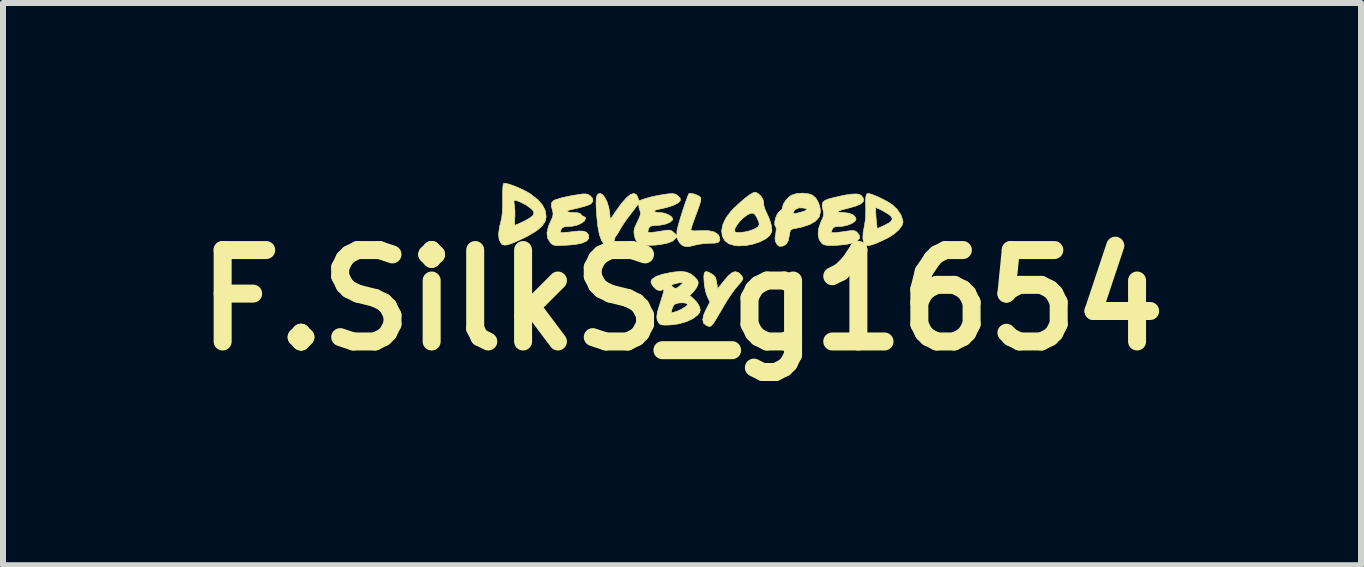
<source format=kicad_pcb>
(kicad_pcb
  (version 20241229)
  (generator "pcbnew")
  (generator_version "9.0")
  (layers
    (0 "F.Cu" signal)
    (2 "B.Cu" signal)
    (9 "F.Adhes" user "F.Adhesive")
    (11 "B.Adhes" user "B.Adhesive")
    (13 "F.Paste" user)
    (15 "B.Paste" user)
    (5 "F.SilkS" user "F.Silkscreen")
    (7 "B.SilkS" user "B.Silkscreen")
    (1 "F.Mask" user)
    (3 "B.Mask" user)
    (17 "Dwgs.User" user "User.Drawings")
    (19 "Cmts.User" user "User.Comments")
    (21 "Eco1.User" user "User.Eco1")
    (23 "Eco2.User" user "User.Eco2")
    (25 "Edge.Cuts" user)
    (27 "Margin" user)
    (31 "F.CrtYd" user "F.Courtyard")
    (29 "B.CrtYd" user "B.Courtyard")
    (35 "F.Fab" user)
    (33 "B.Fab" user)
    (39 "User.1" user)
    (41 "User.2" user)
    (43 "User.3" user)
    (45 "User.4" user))
  (footprint "F.SilkS_g1654"
    (layer "F.Cu")
    (at 8.317 1.952)
    (property "Reference" "F.SilkS_g1654" (at 0 0 0) (layer "F.SilkS") (effects (font (size 1.524 1.524) (thickness 0.3))))
    (attr through_hole)
    (fp_poly (pts (xy 0.436 -0.469) (xy 0.485 -0.443) (xy 0.527 -0.414) (xy 0.552 -0.386) (xy 0.568 -0.343) (xy 0.581 -0.272) (xy 0.581 -0.269) (xy 0.595 -0.19) (xy 0.694 -0.316) (xy 0.77 -0.404) (xy 0.832 -0.456) (xy 0.884 -0.475) (xy 0.933 -0.462) (xy 0.961 -0.442) (xy 0.998 -0.401) (xy 1.016 -0.364) (xy 1.016 -0.361) (xy 1.002 -0.329) (xy 0.966 -0.28) (xy 0.924 -0.233) (xy 0.876 -0.175) (xy 0.816 -0.092) (xy 0.752 0.004) (xy 0.704 0.085) (xy 0.631 0.21) (xy 0.576 0.303) (xy 0.536 0.368) (xy 0.505 0.409) (xy 0.481 0.432) (xy 0.46 0.439) (xy 0.438 0.435) (xy 0.412 0.424) (xy 0.408 0.423) (xy 0.359 0.385) (xy 0.345 0.323) (xy 0.364 0.236) (xy 0.399 0.159) (xy 0.465 0.031) (xy 0.423 -0.054) (xy 0.398 -0.124) (xy 0.378 -0.217) (xy 0.368 -0.299) (xy 0.363 -0.394) (xy 0.371 -0.452) (xy 0.394 -0.476) (xy 0.436 -0.469)) (stroke (width 0.01) (type solid)) (fill yes) (layer "F.SilkS"))
    (fp_poly (pts (xy 3.146 -1.768) (xy 3.217 -1.742) (xy 3.301 -1.704) (xy 3.387 -1.661) (xy 3.463 -1.617) (xy 3.501 -1.592) (xy 3.584 -1.515) (xy 3.646 -1.424) (xy 3.679 -1.333) (xy 3.683 -1.297) (xy 3.665 -1.241) (xy 3.616 -1.176) (xy 3.543 -1.11) (xy 3.453 -1.05) (xy 3.426 -1.035) (xy 3.289 -0.97) (xy 3.185 -0.928) (xy 3.112 -0.908) (xy 3.067 -0.911) (xy 3.064 -0.913) (xy 3.029 -0.955) (xy 3.014 -1.029) (xy 3.019 -1.128) (xy 3.035 -1.212) (xy 3.059 -1.361) (xy 3.062 -1.508) (xy 3.227 -1.508) (xy 3.229 -1.451) (xy 3.233 -1.381) (xy 3.239 -1.308) (xy 3.246 -1.245) (xy 3.252 -1.203) (xy 3.256 -1.192) (xy 3.282 -1.205) (xy 3.333 -1.228) (xy 3.367 -1.244) (xy 3.449 -1.286) (xy 3.493 -1.324) (xy 3.503 -1.361) (xy 3.48 -1.4) (xy 3.48 -1.4) (xy 3.45 -1.425) (xy 3.4 -1.457) (xy 3.342 -1.49) (xy 3.287 -1.519) (xy 3.245 -1.537) (xy 3.229 -1.539) (xy 3.227 -1.508) (xy 3.062 -1.508) (xy 3.062 -1.525) (xy 3.059 -1.636) (xy 3.062 -1.711) (xy 3.071 -1.755) (xy 3.087 -1.775) (xy 3.1 -1.778) (xy 3.146 -1.768)) (stroke (width 0.01) (type solid)) (fill yes) (layer "F.SilkS"))
    (fp_poly (pts (xy 1.263 -1.781) (xy 1.311 -1.737) (xy 1.348 -1.682) (xy 1.361 -1.629) (xy 1.36 -1.622) (xy 1.364 -1.574) (xy 1.385 -1.508) (xy 1.403 -1.469) (xy 1.458 -1.347) (xy 1.49 -1.242) (xy 1.498 -1.16) (xy 1.495 -1.136) (xy 1.46 -1.075) (xy 1.391 -1.019) (xy 1.296 -0.971) (xy 1.185 -0.934) (xy 1.065 -0.91) (xy 0.945 -0.904) (xy 0.881 -0.909) (xy 0.78 -0.939) (xy 0.71 -0.994) (xy 0.67 -1.07) (xy 0.662 -1.149) (xy 0.877 -1.149) (xy 0.88 -1.141) (xy 0.91 -1.127) (xy 0.969 -1.126) (xy 1.043 -1.136) (xy 1.122 -1.154) (xy 1.193 -1.179) (xy 1.208 -1.186) (xy 1.263 -1.219) (xy 1.286 -1.254) (xy 1.281 -1.301) (xy 1.249 -1.371) (xy 1.247 -1.375) (xy 1.216 -1.427) (xy 1.189 -1.449) (xy 1.155 -1.449) (xy 1.146 -1.447) (xy 1.087 -1.42) (xy 1.023 -1.373) (xy 0.963 -1.314) (xy 0.914 -1.251) (xy 0.882 -1.193) (xy 0.877 -1.149) (xy 0.662 -1.149) (xy 0.661 -1.161) (xy 0.682 -1.264) (xy 0.734 -1.373) (xy 0.817 -1.483) (xy 0.863 -1.531) (xy 0.966 -1.626) (xy 1.058 -1.704) (xy 1.135 -1.761) (xy 1.192 -1.793) (xy 1.215 -1.799) (xy 1.263 -1.781)) (stroke (width 0.01) (type solid)) (fill yes) (layer "F.SilkS"))
    (fp_poly (pts (xy 2.113 -1.771) (xy 2.173 -1.75) (xy 2.232 -1.698) (xy 2.278 -1.618) (xy 2.303 -1.521) (xy 2.307 -1.469) (xy 2.287 -1.388) (xy 2.227 -1.318) (xy 2.128 -1.26) (xy 1.992 -1.216) (xy 1.88 -1.193) (xy 1.833 -1.183) (xy 1.808 -1.163) (xy 1.795 -1.122) (xy 1.788 -1.079) (xy 1.77 -0.991) (xy 1.74 -0.937) (xy 1.693 -0.906) (xy 1.669 -0.899) (xy 1.622 -0.897) (xy 1.588 -0.923) (xy 1.576 -0.94) (xy 1.555 -0.983) (xy 1.55 -1.03) (xy 1.56 -1.099) (xy 1.561 -1.102) (xy 1.569 -1.164) (xy 1.569 -1.208) (xy 1.563 -1.219) (xy 1.545 -1.252) (xy 1.546 -1.308) (xy 1.561 -1.374) (xy 1.588 -1.435) (xy 1.602 -1.452) (xy 1.851 -1.452) (xy 1.863 -1.441) (xy 1.902 -1.445) (xy 1.975 -1.464) (xy 1.977 -1.464) (xy 2.049 -1.488) (xy 2.08 -1.507) (xy 2.072 -1.522) (xy 2.035 -1.534) (xy 1.949 -1.538) (xy 1.887 -1.511) (xy 1.862 -1.48) (xy 1.851 -1.452) (xy 1.602 -1.452) (xy 1.622 -1.478) (xy 1.64 -1.489) (xy 1.668 -1.518) (xy 1.672 -1.539) (xy 1.689 -1.6) (xy 1.731 -1.667) (xy 1.789 -1.725) (xy 1.825 -1.749) (xy 1.91 -1.776) (xy 2.013 -1.783) (xy 2.113 -1.771)) (stroke (width 0.01) (type solid)) (fill yes) (layer "F.SilkS"))
    (fp_poly (pts (xy -2.886 -1.933) (xy -2.809 -1.907) (xy -2.723 -1.872) (xy -2.637 -1.832) (xy -2.559 -1.79) (xy -2.519 -1.764) (xy -2.403 -1.673) (xy -2.325 -1.584) (xy -2.28 -1.492) (xy -2.265 -1.392) (xy -2.265 -1.385) (xy -2.283 -1.307) (xy -2.338 -1.229) (xy -2.432 -1.151) (xy -2.566 -1.071) (xy -2.637 -1.035) (xy -2.76 -0.978) (xy -2.851 -0.94) (xy -2.918 -0.92) (xy -2.964 -0.917) (xy -2.998 -0.928) (xy -3.01 -0.939) (xy -3.048 -1.006) (xy -3.058 -1.103) (xy -3.039 -1.231) (xy -3.028 -1.273) (xy -3.007 -1.363) (xy -2.995 -1.455) (xy -2.99 -1.561) (xy -2.99 -1.653) (xy -2.801 -1.653) (xy -2.799 -1.614) (xy -2.792 -1.572) (xy -2.785 -1.487) (xy -2.785 -1.393) (xy -2.788 -1.36) (xy -2.792 -1.298) (xy -2.789 -1.258) (xy -2.784 -1.249) (xy -2.758 -1.258) (xy -2.705 -1.281) (xy -2.637 -1.313) (xy -2.631 -1.316) (xy -2.54 -1.366) (xy -2.486 -1.408) (xy -2.468 -1.448) (xy -2.482 -1.489) (xy -2.512 -1.522) (xy -2.6 -1.587) (xy -2.712 -1.642) (xy -2.764 -1.66) (xy -2.79 -1.665) (xy -2.801 -1.653) (xy -2.99 -1.653) (xy -2.99 -1.676) (xy -2.991 -1.783) (xy -2.987 -1.868) (xy -2.981 -1.925) (xy -2.974 -1.944) (xy -2.944 -1.947) (xy -2.886 -1.933)) (stroke (width 0.01) (type solid)) (fill yes) (layer "F.SilkS"))
    (fp_poly (pts (xy 2.962 -1.759) (xy 2.986 -1.745) (xy 3.025 -1.694) (xy 3.024 -1.648) (xy 2.982 -1.606) (xy 2.899 -1.568) (xy 2.774 -1.533) (xy 2.773 -1.533) (xy 2.673 -1.507) (xy 2.614 -1.487) (xy 2.597 -1.473) (xy 2.621 -1.463) (xy 2.687 -1.46) (xy 2.689 -1.46) (xy 2.782 -1.449) (xy 2.853 -1.42) (xy 2.893 -1.376) (xy 2.9 -1.346) (xy 2.881 -1.312) (xy 2.83 -1.278) (xy 2.76 -1.25) (xy 2.682 -1.232) (xy 2.629 -1.228) (xy 2.564 -1.225) (xy 2.528 -1.212) (xy 2.506 -1.184) (xy 2.502 -1.175) (xy 2.491 -1.147) (xy 2.493 -1.13) (xy 2.514 -1.123) (xy 2.561 -1.124) (xy 2.638 -1.134) (xy 2.717 -1.145) (xy 2.799 -1.157) (xy 2.851 -1.159) (xy 2.884 -1.153) (xy 2.911 -1.136) (xy 2.921 -1.126) (xy 2.959 -1.074) (xy 2.957 -1.026) (xy 2.917 -0.985) (xy 2.842 -0.952) (xy 2.735 -0.928) (xy 2.597 -0.915) (xy 2.595 -0.915) (xy 2.495 -0.911) (xy 2.427 -0.912) (xy 2.383 -0.919) (xy 2.351 -0.932) (xy 2.331 -0.946) (xy 2.286 -1.008) (xy 2.268 -1.094) (xy 2.276 -1.194) (xy 2.313 -1.299) (xy 2.316 -1.306) (xy 2.347 -1.372) (xy 2.36 -1.421) (xy 2.357 -1.469) (xy 2.347 -1.514) (xy 2.335 -1.577) (xy 2.342 -1.622) (xy 2.371 -1.655) (xy 2.43 -1.682) (xy 2.524 -1.708) (xy 2.542 -1.712) (xy 2.697 -1.747) (xy 2.816 -1.766) (xy 2.904 -1.77) (xy 2.962 -1.759)) (stroke (width 0.01) (type solid)) (fill yes) (layer "F.SilkS"))
    (fp_poly (pts (xy -1.567 -1.762) (xy -1.536 -1.745) (xy -1.492 -1.699) (xy -1.485 -1.65) (xy -1.514 -1.608) (xy -1.553 -1.588) (xy -1.623 -1.564) (xy -1.714 -1.539) (xy -1.814 -1.516) (xy -1.847 -1.509) (xy -1.901 -1.494) (xy -1.914 -1.479) (xy -1.89 -1.467) (xy -1.83 -1.461) (xy -1.813 -1.46) (xy -1.738 -1.456) (xy -1.697 -1.443) (xy -1.686 -1.429) (xy -1.657 -1.401) (xy -1.641 -1.397) (xy -1.614 -1.38) (xy -1.609 -1.359) (xy -1.628 -1.318) (xy -1.679 -1.28) (xy -1.751 -1.249) (xy -1.834 -1.231) (xy -1.881 -1.228) (xy -1.949 -1.224) (xy -1.989 -1.211) (xy -2.012 -1.184) (xy -2.026 -1.145) (xy -2.023 -1.127) (xy -1.998 -1.125) (xy -1.942 -1.128) (xy -1.865 -1.136) (xy -1.832 -1.14) (xy -1.72 -1.152) (xy -1.642 -1.149) (xy -1.592 -1.131) (xy -1.562 -1.096) (xy -1.557 -1.085) (xy -1.554 -1.029) (xy -1.591 -0.984) (xy -1.669 -0.95) (xy -1.785 -0.926) (xy -1.926 -0.915) (xy -2.026 -0.911) (xy -2.093 -0.911) (xy -2.135 -0.916) (xy -2.163 -0.928) (xy -2.185 -0.947) (xy -2.193 -0.956) (xy -2.24 -1.032) (xy -2.251 -1.121) (xy -2.226 -1.228) (xy -2.199 -1.293) (xy -2.165 -1.368) (xy -2.15 -1.42) (xy -2.151 -1.461) (xy -2.158 -1.488) (xy -2.179 -1.571) (xy -2.172 -1.627) (xy -2.137 -1.662) (xy -2.122 -1.669) (xy -2.004 -1.706) (xy -1.851 -1.739) (xy -1.742 -1.757) (xy -1.66 -1.769) (xy -1.605 -1.77) (xy -1.567 -1.762)) (stroke (width 0.01) (type solid)) (fill yes) (layer "F.SilkS"))
    (fp_poly (pts (xy 0.074 -0.467) (xy 0.151 -0.433) (xy 0.205 -0.39) (xy 0.251 -0.341) (xy 0.269 -0.303) (xy 0.266 -0.262) (xy 0.266 -0.26) (xy 0.241 -0.206) (xy 0.199 -0.149) (xy 0.19 -0.139) (xy 0.129 -0.077) (xy 0.203 -0.012) (xy 0.253 0.044) (xy 0.289 0.104) (xy 0.295 0.121) (xy 0.304 0.172) (xy 0.29 0.211) (xy 0.258 0.25) (xy 0.179 0.31) (xy 0.07 0.36) (xy -0.058 0.396) (xy -0.194 0.414) (xy -0.206 0.414) (xy -0.288 0.416) (xy -0.338 0.412) (xy -0.369 0.4) (xy -0.39 0.377) (xy -0.391 0.375) (xy -0.415 0.329) (xy -0.421 0.273) (xy -0.41 0.2) (xy -0.407 0.189) (xy -0.178 0.189) (xy -0.174 0.208) (xy -0.146 0.205) (xy -0.131 0.201) (xy -0.076 0.182) (xy -0.009 0.151) (xy 0.009 0.141) (xy 0.059 0.109) (xy 0.089 0.082) (xy 0.093 0.074) (xy 0.077 0.055) (xy 0.03 0.045) (xy -0.036 0.046) (xy -0.073 0.051) (xy -0.124 0.069) (xy -0.153 0.108) (xy -0.164 0.14) (xy -0.178 0.189) (xy -0.407 0.189) (xy -0.381 0.1) (xy -0.373 0.076) (xy -0.346 -0.007) (xy -0.323 -0.083) (xy -0.308 -0.135) (xy -0.308 -0.136) (xy -0.301 -0.177) (xy -0.309 -0.183) (xy -0.327 -0.17) (xy -0.373 -0.157) (xy -0.426 -0.176) (xy -0.476 -0.222) (xy -0.491 -0.245) (xy -0.178 -0.245) (xy -0.163 -0.227) (xy -0.155 -0.221) (xy -0.123 -0.199) (xy -0.098 -0.196) (xy -0.066 -0.215) (xy -0.032 -0.243) (xy 0.003 -0.277) (xy 0.003 -0.293) (xy -0.034 -0.292) (xy -0.109 -0.275) (xy -0.113 -0.274) (xy -0.163 -0.258) (xy -0.178 -0.245) (xy -0.491 -0.245) (xy -0.5 -0.258) (xy -0.518 -0.303) (xy -0.511 -0.333) (xy -0.488 -0.358) (xy -0.428 -0.397) (xy -0.331 -0.43) (xy -0.193 -0.459) (xy -0.138 -0.468) (xy -0.018 -0.478) (xy 0.074 -0.467)) (stroke (width 0.01) (type solid)) (fill yes) (layer "F.SilkS"))
    (fp_poly (pts (xy 0.188 -1.772) (xy 0.244 -1.753) (xy 0.291 -1.729) (xy 0.308 -1.713) (xy 0.314 -1.689) (xy 0.31 -1.649) (xy 0.292 -1.587) (xy 0.26 -1.497) (xy 0.233 -1.424) (xy 0.199 -1.331) (xy 0.171 -1.253) (xy 0.154 -1.196) (xy 0.148 -1.173) (xy 0.16 -1.159) (xy 0.199 -1.154) (xy 0.271 -1.156) (xy 0.306 -1.158) (xy 0.437 -1.158) (xy 0.536 -1.137) (xy 0.601 -1.094) (xy 0.627 -1.045) (xy 0.63 -0.995) (xy 0.605 -0.964) (xy 0.548 -0.95) (xy 0.472 -0.948) (xy 0.378 -0.944) (xy 0.276 -0.93) (xy 0.231 -0.92) (xy 0.149 -0.9) (xy 0.094 -0.892) (xy 0.053 -0.895) (xy 0.011 -0.909) (xy 0.009 -0.91) (xy -0.03 -0.941) (xy -0.062 -0.992) (xy -0.064 -0.995) (xy -0.084 -1.037) (xy -0.099 -1.044) (xy -0.111 -1.027) (xy -0.158 -0.983) (xy -0.243 -0.95) (xy -0.361 -0.926) (xy -0.458 -0.916) (xy -0.58 -0.913) (xy -0.668 -0.922) (xy -0.728 -0.947) (xy -0.765 -0.99) (xy -0.783 -1.034) (xy -0.799 -1.102) (xy -0.801 -1.156) (xy -0.787 -1.213) (xy -0.754 -1.286) (xy -0.74 -1.313) (xy -0.705 -1.389) (xy -0.691 -1.439) (xy -0.695 -1.474) (xy -0.698 -1.481) (xy -0.716 -1.536) (xy -0.72 -1.57) (xy -0.722 -1.598) (xy -0.732 -1.597) (xy -0.759 -1.564) (xy -0.767 -1.552) (xy -0.806 -1.5) (xy -0.858 -1.431) (xy -0.903 -1.373) (xy -0.957 -1.298) (xy -1.008 -1.22) (xy -1.037 -1.169) (xy -1.069 -1.114) (xy -1.095 -1.076) (xy -1.103 -1.068) (xy -1.119 -1.039) (xy -1.122 -1.018) (xy -1.14 -0.969) (xy -1.184 -0.929) (xy -1.238 -0.91) (xy -1.242 -0.91) (xy -1.296 -0.93) (xy -1.34 -0.991) (xy -1.377 -1.091) (xy -1.404 -1.233) (xy -1.423 -1.416) (xy -1.428 -1.489) (xy -1.433 -1.608) (xy -1.43 -1.69) (xy -1.418 -1.743) (xy -1.397 -1.77) (xy -1.365 -1.778) (xy -1.363 -1.778) (xy -1.325 -1.759) (xy -1.285 -1.708) (xy -1.249 -1.635) (xy -1.222 -1.55) (xy -1.208 -1.476) (xy -1.196 -1.344) (xy -1.103 -1.482) (xy -1.008 -1.613) (xy -0.925 -1.707) (xy -0.856 -1.762) (xy -0.8 -1.778) (xy -0.759 -1.756) (xy -0.739 -1.718) (xy -0.718 -1.657) (xy -0.6 -1.696) (xy -0.519 -1.719) (xy -0.417 -1.741) (xy -0.315 -1.759) (xy -0.309 -1.76) (xy -0.221 -1.772) (xy -0.164 -1.775) (xy -0.124 -1.77) (xy -0.092 -1.756) (xy -0.079 -1.747) (xy -0.032 -1.703) (xy -0.027 -1.661) (xy -0.065 -1.62) (xy -0.143 -1.58) (xy -0.263 -1.542) (xy -0.407 -1.51) (xy -0.455 -1.495) (xy -0.463 -1.479) (xy -0.435 -1.466) (xy -0.375 -1.46) (xy -0.365 -1.46) (xy -0.296 -1.45) (xy -0.232 -1.426) (xy -0.181 -1.394) (xy -0.155 -1.36) (xy -0.157 -1.336) (xy -0.203 -1.296) (xy -0.279 -1.266) (xy -0.373 -1.248) (xy -0.414 -1.246) (xy -0.484 -1.242) (xy -0.524 -1.231) (xy -0.547 -1.209) (xy -0.556 -1.193) (xy -0.568 -1.151) (xy -0.565 -1.13) (xy -0.54 -1.127) (xy -0.483 -1.131) (xy -0.406 -1.141) (xy -0.372 -1.147) (xy -0.285 -1.161) (xy -0.228 -1.167) (xy -0.193 -1.164) (xy -0.167 -1.152) (xy -0.14 -1.129) (xy -0.138 -1.127) (xy -0.085 -1.078) (xy -0.085 -1.147) (xy -0.078 -1.187) (xy -0.06 -1.256) (xy -0.034 -1.346) (xy -0.003 -1.447) (xy 0.03 -1.549) (xy 0.063 -1.644) (xy 0.091 -1.72) (xy 0.112 -1.769) (xy 0.116 -1.777) (xy 0.14 -1.781) (xy 0.188 -1.772)) (stroke (width 0.01) (type solid)) (fill yes) (layer "F.SilkS")))
  (gr_rect
    (start -3 -3)
    (end 19.633 6.37)
    (stroke (width 0.1) (type default))
    (fill no)
    (layer "Edge.Cuts")))
</source>
